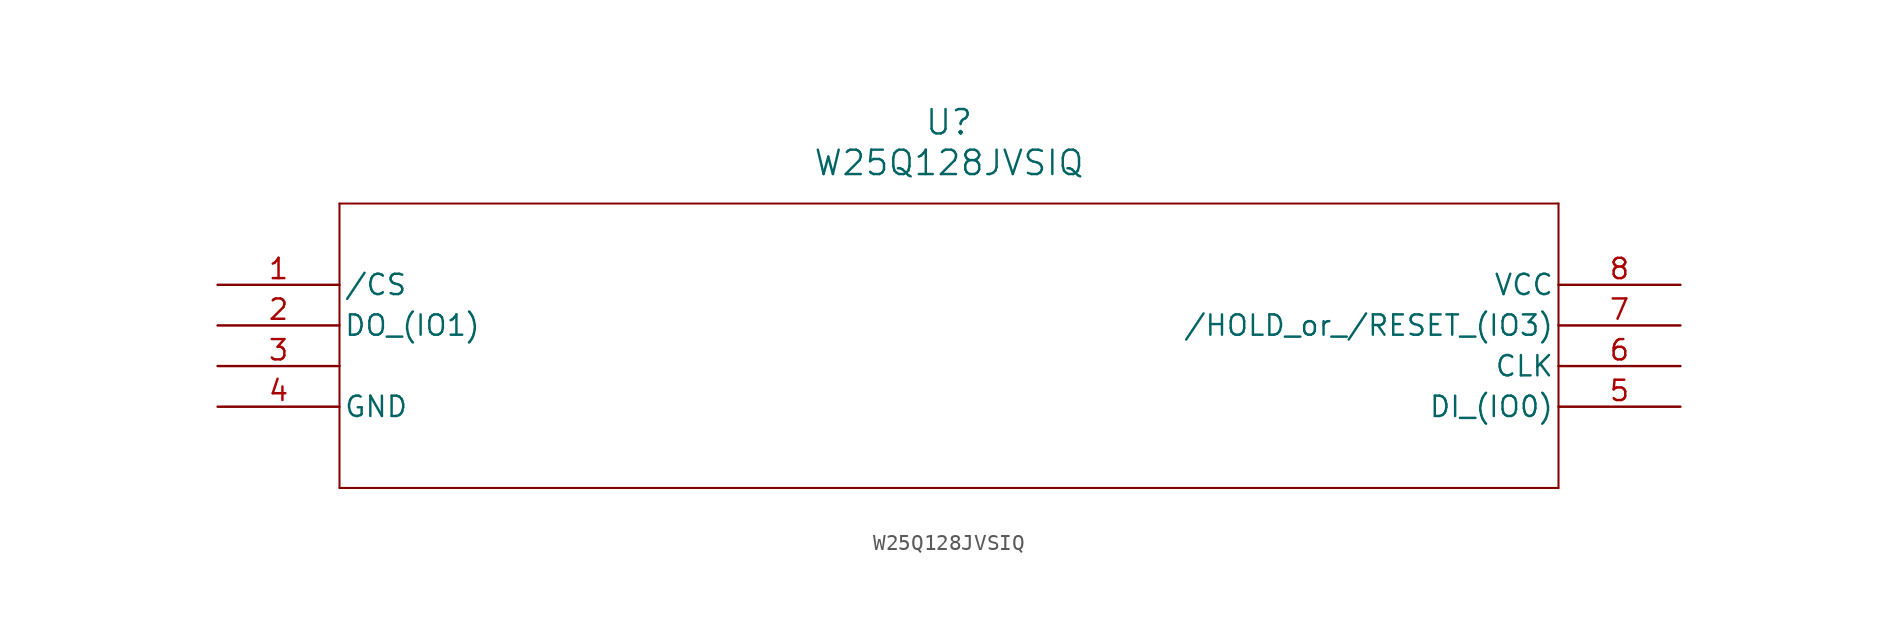
<source format=kicad_sym>
(kicad_symbol_lib
  (version 20211014)
  (generator kicad_symbol_editor)
  (symbol "W25Q128JVSIQ"
    (pin_names
      (offset 0.254))
    (property "Reference" "U"
      (at 45.72 10.16 0)
      (effects (font (size 1.524 1.524))))
    (property "Value" "W25Q128JVSIQ"
      (at 45.72 7.62 0)
      (effects (font (size 1.524 1.524))))
    (symbol "W25Q128JVSIQ_0_1"
      (polyline (pts (xy 7.62 5.08) (xy 7.62 -12.7)) (stroke (width 0.127) (type default) (color 0 0 0 0)) (fill (type none)))
      (polyline (pts (xy 7.62 -12.7) (xy 83.82 -12.7)) (stroke (width 0.127) (type default) (color 0 0 0 0)) (fill (type none)))
      (polyline (pts (xy 83.82 -12.7) (xy 83.82 5.08)) (stroke (width 0.127) (type default) (color 0 0 0 0)) (fill (type none)))
      (polyline (pts (xy 83.82 5.08) (xy 7.62 5.08)) (stroke (width 0.127) (type default) (color 0 0 0 0)) (fill (type none)))
      (pin unspecified line (at 0 0 0) (length 7.62) (name "/CS" (effects (font (size 1.27 1.27)))) (number "1" (effects (font (size 1.27 1.27)))))
      (pin unspecified line (at 0 -2.54 0) (length 7.62) (name "DO (IO1)" (effects (font (size 1.27 1.27)))) (number "2" (effects (font (size 1.27 1.27)))))
      (pin unspecified line (at 0 -5.08 0) (length 7.62) (name "" (effects (font (size 1.27 1.27)))) (number "3" (effects (font (size 1.27 1.27)))))
      (pin power_out line (at 0 -7.62 0) (length 7.62) (name "GND" (effects (font (size 1.27 1.27)))) (number "4" (effects (font (size 1.27 1.27)))))
      (pin unspecified line (at 91.44 -7.62 180) (length 7.62) (name "DI (IO0)" (effects (font (size 1.27 1.27)))) (number "5" (effects (font (size 1.27 1.27)))))
      (pin unspecified line (at 91.44 -5.08 180) (length 7.62) (name "CLK" (effects (font (size 1.27 1.27)))) (number "6" (effects (font (size 1.27 1.27)))))
      (pin unspecified line (at 91.44 -2.54 180) (length 7.62) (name "/HOLD or /RESET (IO3)" (effects (font (size 1.27 1.27)))) (number "7" (effects (font (size 1.27 1.27)))))
      (pin power_in line (at 91.44 0 180) (length 7.62) (name "VCC" (effects (font (size 1.27 1.27)))) (number "8" (effects (font (size 1.27 1.27))))))))
</source>
